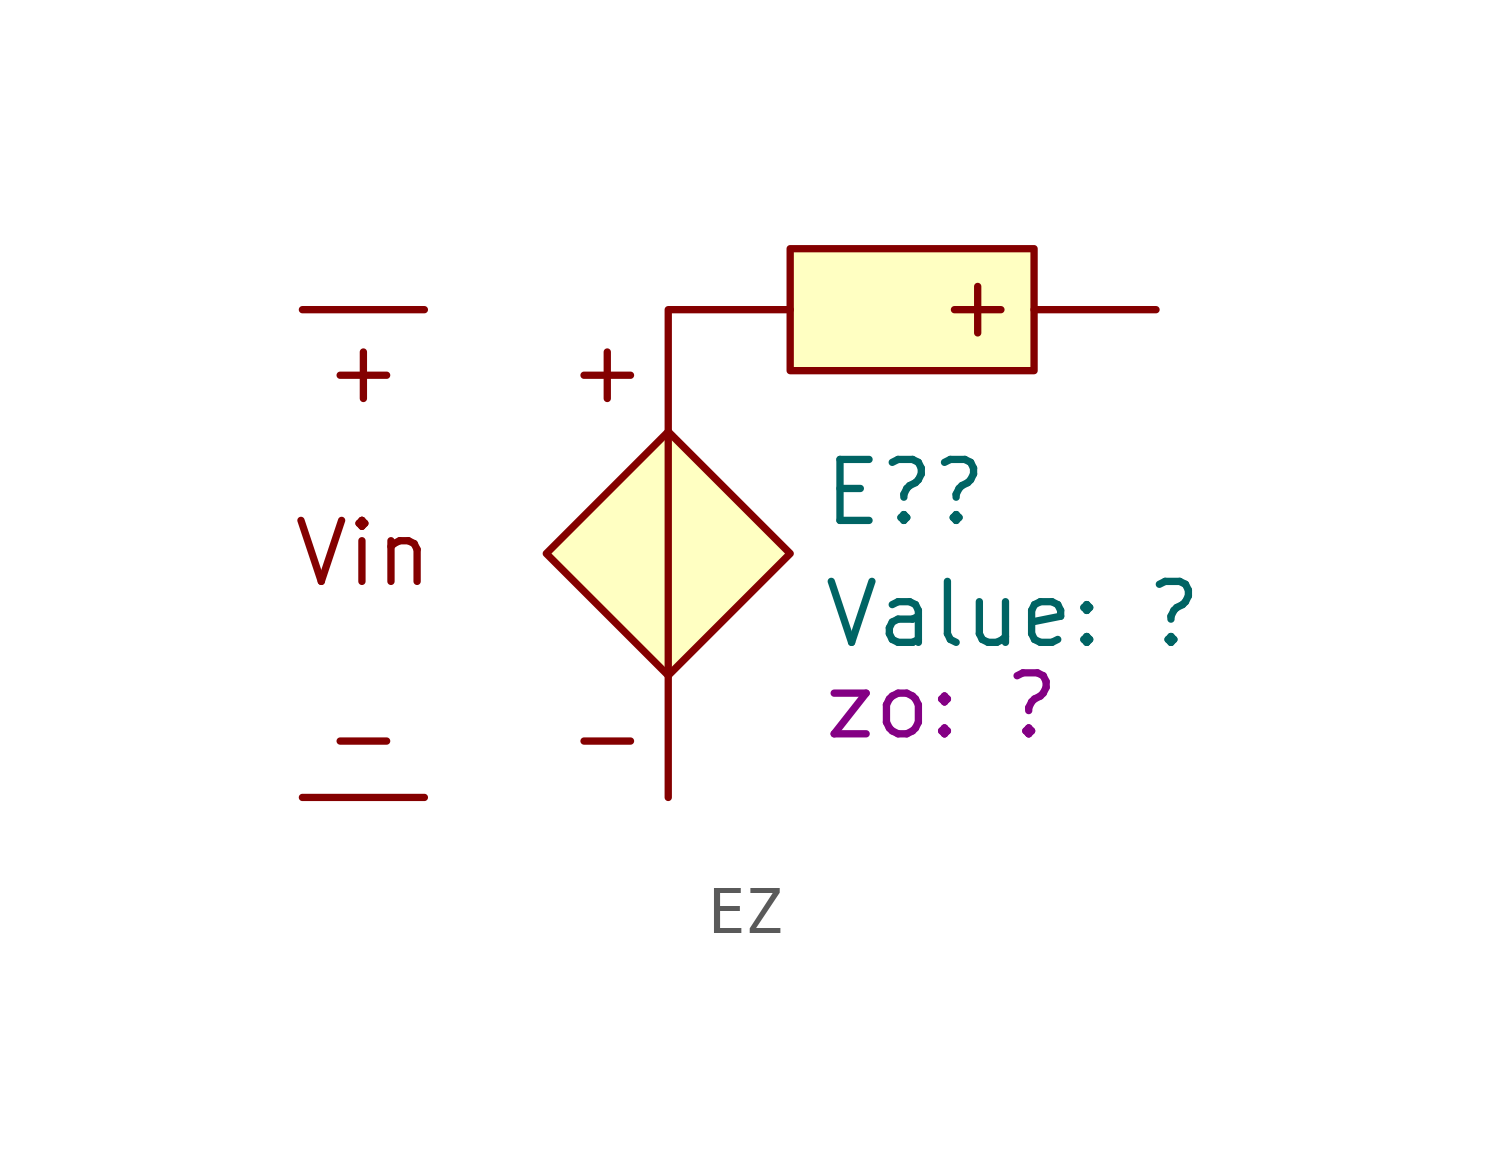
<source format=kicad_sym>
(kicad_symbol_lib
  (version 20241209)
  (generator "kicad_symbol_editor")
  (generator_version "9.0")
  (symbol "EZ"
    (pin_numbers
      (hide yes))
    (pin_names
      (offset 0)
      (hide yes))
    (property "Reference" "E?"
      (at 3.175 1.27 0)
      (effects (font (size 1.27 1.27)) (justify left)))
    (property "Value" "?"
      (at 3.175 -1.27 0)
      (show_name)
      (effects (font (size 1.27 1.27)) (justify left)))
    (property "zo" "?"
      (at 3.175 -3.175 0)
      (show_name)
      (effects (font (size 1.27 1.27)) (justify left)))
    (symbol "EZ_0_0"
      (text "+" (at -6.35 3.81 0) (effects (font (size 1.27 1.27))))
      (text "-" (at -6.35 -3.81 0) (effects (font (size 1.27 1.27))))
      (text "+" (at -1.27 3.81 0) (effects (font (size 1.27 1.27))))
      (text "-" (at -1.27 -3.81 0) (effects (font (size 1.27 1.27))))
      (text "+" (at 6.35 5.08 900) (effects (font (size 1.27 1.27)))))
    (symbol "EZ_0_1"
      (polyline (pts (xy 0 2.54) (xy 0 -2.54)) (stroke (width 0) (type solid)) (fill (type none)))
      (polyline (pts (xy 0 2.54) (xy 0 5.08) (xy 2.54 5.08)) (stroke (width 0) (type default)) (fill (type none))))
    (symbol "EZ_1_0"
      (pin power_out line (at 0 -5.08 90) (length 2.54) (name "outN" (effects (font (size 1.27 1.27)))) (number "2" (effects (font (size 1.27 1.27)))))
      (pin power_out line (at 10.16 5.08 180) (length 2.54) (name "outP" (effects (font (size 1.27 1.27)))) (number "1" (effects (font (size 1.27 1.27))))))
    (symbol "EZ_1_1"
      (polyline (pts (xy 0 2.54) (xy -2.54 0) (xy 0 -2.54) (xy 2.54 0) (xy 0 2.54)) (stroke (width 0) (type default)) (fill (type background)))
      (rectangle (start 2.54 6.35) (end 7.62 3.81) (stroke (width 0) (type solid)) (fill (type background)))
      (text "Vin" (at -6.35 0 0) (effects (font (size 1.27 1.27))))
      (pin input line (at -7.62 5.08 0) (length 2.54) (name "inp" (effects (font (size 1.27 1.27)))) (number "3" (effects (font (size 1.27 1.27)))))
      (pin input line (at -7.62 -5.08 0) (length 2.54) (name "inN" (effects (font (size 1.27 1.27)))) (number "4" (effects (font (size 1.27 1.27))))))))
</source>
